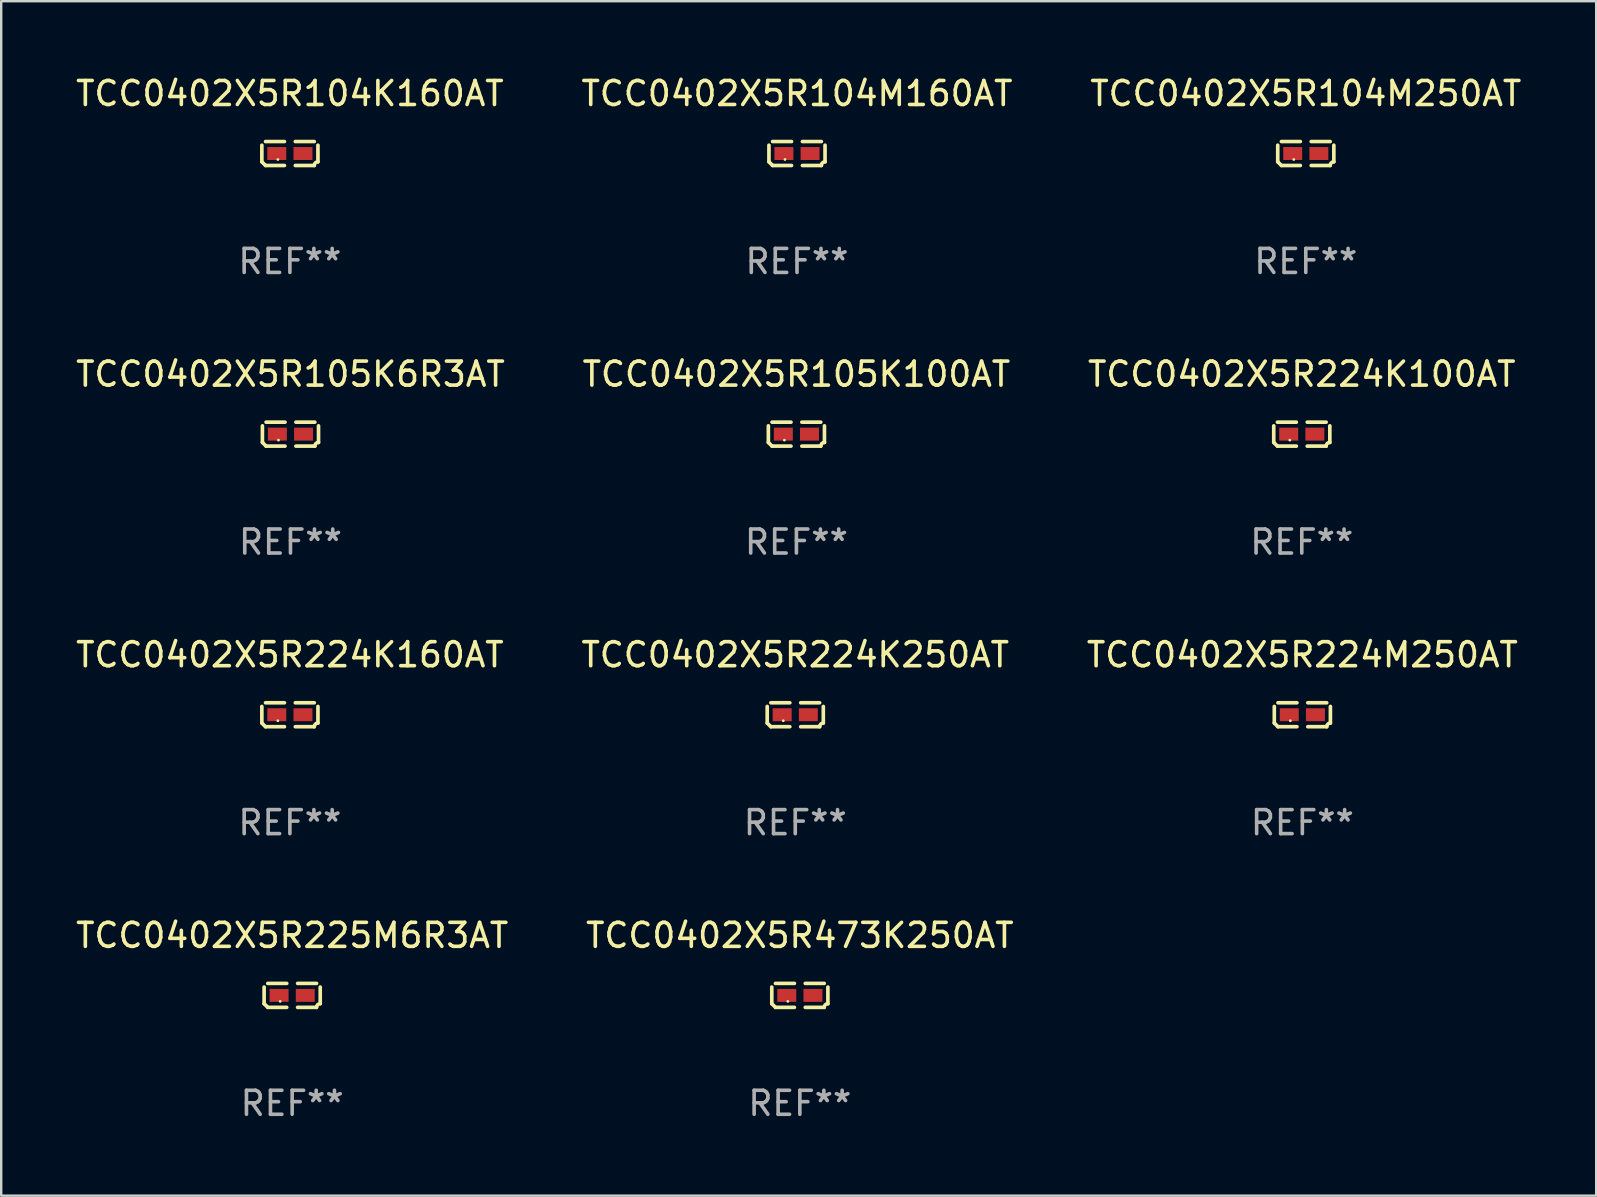
<source format=kicad_pcb>
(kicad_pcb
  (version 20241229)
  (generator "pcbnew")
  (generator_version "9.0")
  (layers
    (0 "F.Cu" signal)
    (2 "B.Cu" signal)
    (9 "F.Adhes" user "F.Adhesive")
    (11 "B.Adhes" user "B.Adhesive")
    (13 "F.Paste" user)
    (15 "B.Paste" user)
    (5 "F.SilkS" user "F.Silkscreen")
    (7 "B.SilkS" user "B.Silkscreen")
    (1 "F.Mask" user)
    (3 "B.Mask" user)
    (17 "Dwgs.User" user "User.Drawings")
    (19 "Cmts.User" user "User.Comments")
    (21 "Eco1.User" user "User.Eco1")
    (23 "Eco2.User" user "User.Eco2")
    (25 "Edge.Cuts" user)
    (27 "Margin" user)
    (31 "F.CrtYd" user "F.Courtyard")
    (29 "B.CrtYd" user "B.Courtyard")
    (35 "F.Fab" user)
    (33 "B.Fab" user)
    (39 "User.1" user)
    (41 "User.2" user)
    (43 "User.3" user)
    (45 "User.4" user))
  (footprint "TCC0402X5R224M250AT"
    (layer "F.Cu")
    (at 51.22 26.734)
    (property "Reference" "TCC0402X5R224M250AT" (at 0 -2.499 0) (layer "F.SilkS") (effects (font (size 1 1) (thickness 0.15))))
    (attr through_hole)
    (fp_line (start -1.169 0.346) (end -1.169 -0.346) (stroke (width 0.152) (type solid)) (layer "F.SilkS"))
    (fp_line (start -1.016 -0.499) (end -0.226 -0.499) (stroke (width 0.152) (type solid)) (layer "F.SilkS"))
    (fp_line (start -0.226 0.499) (end -1.016 0.499) (stroke (width 0.152) (type solid)) (layer "F.SilkS"))
    (fp_line (start 0.226 0.499) (end 1.016 0.499) (stroke (width 0.152) (type solid)) (layer "F.SilkS"))
    (fp_line (start 1.016 -0.499) (end 0.226 -0.499) (stroke (width 0.152) (type solid)) (layer "F.SilkS"))
    (fp_line (start 1.169 0.346) (end 1.169 -0.346) (stroke (width 0.152) (type solid)) (layer "F.SilkS"))
    (fp_arc (start -1.016307 0.498603) (mid -1.092512 0.422405) (end -1.16871 0.3462) (stroke (width 0.1524) (type solid)) (layer "F.SilkS"))
    (fp_arc (start 1.016307 0.498603) (mid 1.060899 0.390758) (end 1.168707 0.346076) (stroke (width 0.1524) (type solid)) (layer "F.SilkS"))
    (fp_circle (center -0.5 0.25) (end -0.47 0.25) (stroke (width 0.06) (type solid)) (fill no) (layer "F.SilkS"))
    (fp_text user "REF**" (at 0 4.499 0) (layer "F.Fab") (effects (font (size 1 1) (thickness 0.15))))
    (pad "1" smd rect (at -0.545 0) (size 0.79 0.54) (layers "F.Cu" "F.Mask" "F.Paste"))
    (pad "2" smd rect (at 0.545 0) (size 0.79 0.54) (layers "F.Cu" "F.Mask" "F.Paste")))
  (footprint "TCC0402X5R104M160AT"
    (layer "F.Cu")
    (at 30.161 3.347)
    (property "Reference" "TCC0402X5R104M160AT" (at 0 -2.499 0) (layer "F.SilkS") (effects (font (size 1 1) (thickness 0.15))))
    (attr through_hole)
    (fp_line (start -1.169 0.346) (end -1.169 -0.346) (stroke (width 0.152) (type solid)) (layer "F.SilkS"))
    (fp_line (start -1.016 -0.499) (end -0.226 -0.499) (stroke (width 0.152) (type solid)) (layer "F.SilkS"))
    (fp_line (start -0.226 0.499) (end -1.016 0.499) (stroke (width 0.152) (type solid)) (layer "F.SilkS"))
    (fp_line (start 0.226 0.499) (end 1.016 0.499) (stroke (width 0.152) (type solid)) (layer "F.SilkS"))
    (fp_line (start 1.016 -0.499) (end 0.226 -0.499) (stroke (width 0.152) (type solid)) (layer "F.SilkS"))
    (fp_line (start 1.169 0.346) (end 1.169 -0.346) (stroke (width 0.152) (type solid)) (layer "F.SilkS"))
    (fp_arc (start -1.016307 0.498603) (mid -1.092512 0.422405) (end -1.16871 0.3462) (stroke (width 0.1524) (type solid)) (layer "F.SilkS"))
    (fp_arc (start 1.016307 0.498603) (mid 1.060899 0.390758) (end 1.168707 0.346076) (stroke (width 0.1524) (type solid)) (layer "F.SilkS"))
    (fp_circle (center -0.5 0.25) (end -0.47 0.25) (stroke (width 0.06) (type solid)) (fill no) (layer "F.SilkS"))
    (fp_text user "REF**" (at 0 4.499 0) (layer "F.Fab") (effects (font (size 1 1) (thickness 0.15))))
    (pad "1" smd rect (at -0.545 0) (size 0.79 0.54) (layers "F.Cu" "F.Mask" "F.Paste"))
    (pad "2" smd rect (at 0.545 0) (size 0.79 0.54) (layers "F.Cu" "F.Mask" "F.Paste")))
  (footprint "TCC0402X5R224K100AT"
    (layer "F.Cu")
    (at 51.196 15.041)
    (property "Reference" "TCC0402X5R224K100AT" (at 0 -2.499 0) (layer "F.SilkS") (effects (font (size 1 1) (thickness 0.15))))
    (attr through_hole)
    (fp_line (start -1.169 0.346) (end -1.169 -0.346) (stroke (width 0.152) (type solid)) (layer "F.SilkS"))
    (fp_line (start -1.016 -0.499) (end -0.226 -0.499) (stroke (width 0.152) (type solid)) (layer "F.SilkS"))
    (fp_line (start -0.226 0.499) (end -1.016 0.499) (stroke (width 0.152) (type solid)) (layer "F.SilkS"))
    (fp_line (start 0.226 0.499) (end 1.016 0.499) (stroke (width 0.152) (type solid)) (layer "F.SilkS"))
    (fp_line (start 1.016 -0.499) (end 0.226 -0.499) (stroke (width 0.152) (type solid)) (layer "F.SilkS"))
    (fp_line (start 1.169 0.346) (end 1.169 -0.346) (stroke (width 0.152) (type solid)) (layer "F.SilkS"))
    (fp_arc (start -1.016307 0.498603) (mid -1.092512 0.422405) (end -1.16871 0.3462) (stroke (width 0.1524) (type solid)) (layer "F.SilkS"))
    (fp_arc (start 1.016307 0.498603) (mid 1.060899 0.390758) (end 1.168707 0.346076) (stroke (width 0.1524) (type solid)) (layer "F.SilkS"))
    (fp_circle (center -0.5 0.25) (end -0.47 0.25) (stroke (width 0.06) (type solid)) (fill no) (layer "F.SilkS"))
    (fp_text user "REF**" (at 0 4.499 0) (layer "F.Fab") (effects (font (size 1 1) (thickness 0.15))))
    (pad "1" smd rect (at -0.545 0) (size 0.79 0.54) (layers "F.Cu" "F.Mask" "F.Paste"))
    (pad "2" smd rect (at 0.545 0) (size 0.79 0.54) (layers "F.Cu" "F.Mask" "F.Paste")))
  (footprint "TCC0402X5R104K160AT"
    (layer "F.Cu")
    (at 9.03 3.347)
    (property "Reference" "TCC0402X5R104K160AT" (at 0 -2.499 0) (layer "F.SilkS") (effects (font (size 1 1) (thickness 0.15))))
    (attr through_hole)
    (fp_line (start -1.169 0.346) (end -1.169 -0.346) (stroke (width 0.152) (type solid)) (layer "F.SilkS"))
    (fp_line (start -1.016 -0.499) (end -0.226 -0.499) (stroke (width 0.152) (type solid)) (layer "F.SilkS"))
    (fp_line (start -0.226 0.499) (end -1.016 0.499) (stroke (width 0.152) (type solid)) (layer "F.SilkS"))
    (fp_line (start 0.226 0.499) (end 1.016 0.499) (stroke (width 0.152) (type solid)) (layer "F.SilkS"))
    (fp_line (start 1.016 -0.499) (end 0.226 -0.499) (stroke (width 0.152) (type solid)) (layer "F.SilkS"))
    (fp_line (start 1.169 0.346) (end 1.169 -0.346) (stroke (width 0.152) (type solid)) (layer "F.SilkS"))
    (fp_arc (start -1.016307 0.498603) (mid -1.092512 0.422405) (end -1.16871 0.3462) (stroke (width 0.1524) (type solid)) (layer "F.SilkS"))
    (fp_arc (start 1.016307 0.498603) (mid 1.060899 0.390758) (end 1.168707 0.346076) (stroke (width 0.1524) (type solid)) (layer "F.SilkS"))
    (fp_circle (center -0.5 0.25) (end -0.47 0.25) (stroke (width 0.06) (type solid)) (fill no) (layer "F.SilkS"))
    (fp_text user "REF**" (at 0 4.499 0) (layer "F.Fab") (effects (font (size 1 1) (thickness 0.15))))
    (pad "1" smd rect (at -0.545 0) (size 0.79 0.54) (layers "F.Cu" "F.Mask" "F.Paste"))
    (pad "2" smd rect (at 0.545 0) (size 0.79 0.54) (layers "F.Cu" "F.Mask" "F.Paste")))
  (footprint "TCC0402X5R105K6R3AT"
    (layer "F.Cu")
    (at 9.054 15.041)
    (property "Reference" "TCC0402X5R105K6R3AT" (at 0 -2.499 0) (layer "F.SilkS") (effects (font (size 1 1) (thickness 0.15))))
    (attr through_hole)
    (fp_line (start -1.169 0.346) (end -1.169 -0.346) (stroke (width 0.152) (type solid)) (layer "F.SilkS"))
    (fp_line (start -1.016 -0.499) (end -0.226 -0.499) (stroke (width 0.152) (type solid)) (layer "F.SilkS"))
    (fp_line (start -0.226 0.499) (end -1.016 0.499) (stroke (width 0.152) (type solid)) (layer "F.SilkS"))
    (fp_line (start 0.226 0.499) (end 1.016 0.499) (stroke (width 0.152) (type solid)) (layer "F.SilkS"))
    (fp_line (start 1.016 -0.499) (end 0.226 -0.499) (stroke (width 0.152) (type solid)) (layer "F.SilkS"))
    (fp_line (start 1.169 0.346) (end 1.169 -0.346) (stroke (width 0.152) (type solid)) (layer "F.SilkS"))
    (fp_arc (start -1.016307 0.498603) (mid -1.092512 0.422405) (end -1.16871 0.3462) (stroke (width 0.1524) (type solid)) (layer "F.SilkS"))
    (fp_arc (start 1.016307 0.498603) (mid 1.060899 0.390758) (end 1.168707 0.346076) (stroke (width 0.1524) (type solid)) (layer "F.SilkS"))
    (fp_circle (center -0.5 0.25) (end -0.47 0.25) (stroke (width 0.06) (type solid)) (fill no) (layer "F.SilkS"))
    (fp_text user "REF**" (at 0 4.499 0) (layer "F.Fab") (effects (font (size 1 1) (thickness 0.15))))
    (pad "1" smd rect (at -0.545 0) (size 0.79 0.54) (layers "F.Cu" "F.Mask" "F.Paste"))
    (pad "2" smd rect (at 0.545 0) (size 0.79 0.54) (layers "F.Cu" "F.Mask" "F.Paste")))
  (footprint "TCC0402X5R104M250AT"
    (layer "F.Cu")
    (at 51.363 3.347)
    (property "Reference" "TCC0402X5R104M250AT" (at 0 -2.499 0) (layer "F.SilkS") (effects (font (size 1 1) (thickness 0.15))))
    (attr through_hole)
    (fp_line (start -1.169 0.346) (end -1.169 -0.346) (stroke (width 0.152) (type solid)) (layer "F.SilkS"))
    (fp_line (start -1.016 -0.499) (end -0.226 -0.499) (stroke (width 0.152) (type solid)) (layer "F.SilkS"))
    (fp_line (start -0.226 0.499) (end -1.016 0.499) (stroke (width 0.152) (type solid)) (layer "F.SilkS"))
    (fp_line (start 0.226 0.499) (end 1.016 0.499) (stroke (width 0.152) (type solid)) (layer "F.SilkS"))
    (fp_line (start 1.016 -0.499) (end 0.226 -0.499) (stroke (width 0.152) (type solid)) (layer "F.SilkS"))
    (fp_line (start 1.169 0.346) (end 1.169 -0.346) (stroke (width 0.152) (type solid)) (layer "F.SilkS"))
    (fp_arc (start -1.016307 0.498603) (mid -1.092512 0.422405) (end -1.16871 0.3462) (stroke (width 0.1524) (type solid)) (layer "F.SilkS"))
    (fp_arc (start 1.016307 0.498603) (mid 1.060899 0.390758) (end 1.168707 0.346076) (stroke (width 0.1524) (type solid)) (layer "F.SilkS"))
    (fp_circle (center -0.5 0.25) (end -0.47 0.25) (stroke (width 0.06) (type solid)) (fill no) (layer "F.SilkS"))
    (fp_text user "REF**" (at 0 4.499 0) (layer "F.Fab") (effects (font (size 1 1) (thickness 0.15))))
    (pad "1" smd rect (at -0.545 0) (size 0.79 0.54) (layers "F.Cu" "F.Mask" "F.Paste"))
    (pad "2" smd rect (at 0.545 0) (size 0.79 0.54) (layers "F.Cu" "F.Mask" "F.Paste")))
  (footprint "TCC0402X5R224K160AT"
    (layer "F.Cu")
    (at 9.03 26.734)
    (property "Reference" "TCC0402X5R224K160AT" (at 0 -2.499 0) (layer "F.SilkS") (effects (font (size 1 1) (thickness 0.15))))
    (attr through_hole)
    (fp_line (start -1.169 0.346) (end -1.169 -0.346) (stroke (width 0.152) (type solid)) (layer "F.SilkS"))
    (fp_line (start -1.016 -0.499) (end -0.226 -0.499) (stroke (width 0.152) (type solid)) (layer "F.SilkS"))
    (fp_line (start -0.226 0.499) (end -1.016 0.499) (stroke (width 0.152) (type solid)) (layer "F.SilkS"))
    (fp_line (start 0.226 0.499) (end 1.016 0.499) (stroke (width 0.152) (type solid)) (layer "F.SilkS"))
    (fp_line (start 1.016 -0.499) (end 0.226 -0.499) (stroke (width 0.152) (type solid)) (layer "F.SilkS"))
    (fp_line (start 1.169 0.346) (end 1.169 -0.346) (stroke (width 0.152) (type solid)) (layer "F.SilkS"))
    (fp_arc (start -1.016307 0.498603) (mid -1.092512 0.422405) (end -1.16871 0.3462) (stroke (width 0.1524) (type solid)) (layer "F.SilkS"))
    (fp_arc (start 1.016307 0.498603) (mid 1.060899 0.390758) (end 1.168707 0.346076) (stroke (width 0.1524) (type solid)) (layer "F.SilkS"))
    (fp_circle (center -0.5 0.25) (end -0.47 0.25) (stroke (width 0.06) (type solid)) (fill no) (layer "F.SilkS"))
    (fp_text user "REF**" (at 0 4.499 0) (layer "F.Fab") (effects (font (size 1 1) (thickness 0.15))))
    (pad "1" smd rect (at -0.545 0) (size 0.79 0.54) (layers "F.Cu" "F.Mask" "F.Paste"))
    (pad "2" smd rect (at 0.545 0) (size 0.79 0.54) (layers "F.Cu" "F.Mask" "F.Paste")))
  (footprint "TCC0402X5R105K100AT"
    (layer "F.Cu")
    (at 30.137 15.041)
    (property "Reference" "TCC0402X5R105K100AT" (at 0 -2.499 0) (layer "F.SilkS") (effects (font (size 1 1) (thickness 0.15))))
    (attr through_hole)
    (fp_line (start -1.169 0.346) (end -1.169 -0.346) (stroke (width 0.152) (type solid)) (layer "F.SilkS"))
    (fp_line (start -1.016 -0.499) (end -0.226 -0.499) (stroke (width 0.152) (type solid)) (layer "F.SilkS"))
    (fp_line (start -0.226 0.499) (end -1.016 0.499) (stroke (width 0.152) (type solid)) (layer "F.SilkS"))
    (fp_line (start 0.226 0.499) (end 1.016 0.499) (stroke (width 0.152) (type solid)) (layer "F.SilkS"))
    (fp_line (start 1.016 -0.499) (end 0.226 -0.499) (stroke (width 0.152) (type solid)) (layer "F.SilkS"))
    (fp_line (start 1.169 0.346) (end 1.169 -0.346) (stroke (width 0.152) (type solid)) (layer "F.SilkS"))
    (fp_arc (start -1.016307 0.498603) (mid -1.092512 0.422405) (end -1.16871 0.3462) (stroke (width 0.1524) (type solid)) (layer "F.SilkS"))
    (fp_arc (start 1.016307 0.498603) (mid 1.060899 0.390758) (end 1.168707 0.346076) (stroke (width 0.1524) (type solid)) (layer "F.SilkS"))
    (fp_circle (center -0.5 0.25) (end -0.47 0.25) (stroke (width 0.06) (type solid)) (fill no) (layer "F.SilkS"))
    (fp_text user "REF**" (at 0 4.499 0) (layer "F.Fab") (effects (font (size 1 1) (thickness 0.15))))
    (pad "1" smd rect (at -0.545 0) (size 0.79 0.54) (layers "F.Cu" "F.Mask" "F.Paste"))
    (pad "2" smd rect (at 0.545 0) (size 0.79 0.54) (layers "F.Cu" "F.Mask" "F.Paste")))
  (footprint "TCC0402X5R225M6R3AT"
    (layer "F.Cu")
    (at 9.125 38.428)
    (property "Reference" "TCC0402X5R225M6R3AT" (at 0 -2.499 0) (layer "F.SilkS") (effects (font (size 1 1) (thickness 0.15))))
    (attr through_hole)
    (fp_line (start -1.169 0.346) (end -1.169 -0.346) (stroke (width 0.152) (type solid)) (layer "F.SilkS"))
    (fp_line (start -1.016 -0.499) (end -0.226 -0.499) (stroke (width 0.152) (type solid)) (layer "F.SilkS"))
    (fp_line (start -0.226 0.499) (end -1.016 0.499) (stroke (width 0.152) (type solid)) (layer "F.SilkS"))
    (fp_line (start 0.226 0.499) (end 1.016 0.499) (stroke (width 0.152) (type solid)) (layer "F.SilkS"))
    (fp_line (start 1.016 -0.499) (end 0.226 -0.499) (stroke (width 0.152) (type solid)) (layer "F.SilkS"))
    (fp_line (start 1.169 0.346) (end 1.169 -0.346) (stroke (width 0.152) (type solid)) (layer "F.SilkS"))
    (fp_arc (start -1.016307 0.498603) (mid -1.092512 0.422405) (end -1.16871 0.3462) (stroke (width 0.1524) (type solid)) (layer "F.SilkS"))
    (fp_arc (start 1.016307 0.498603) (mid 1.060899 0.390758) (end 1.168707 0.346076) (stroke (width 0.1524) (type solid)) (layer "F.SilkS"))
    (fp_circle (center -0.5 0.25) (end -0.47 0.25) (stroke (width 0.06) (type solid)) (fill no) (layer "F.SilkS"))
    (fp_text user "REF**" (at 0 4.499 0) (layer "F.Fab") (effects (font (size 1 1) (thickness 0.15))))
    (pad "1" smd rect (at -0.545 0) (size 0.79 0.54) (layers "F.Cu" "F.Mask" "F.Paste"))
    (pad "2" smd rect (at 0.545 0) (size 0.79 0.54) (layers "F.Cu" "F.Mask" "F.Paste")))
  (footprint "TCC0402X5R473K250AT"
    (layer "F.Cu")
    (at 30.28 38.428)
    (property "Reference" "TCC0402X5R473K250AT" (at 0 -2.499 0) (layer "F.SilkS") (effects (font (size 1 1) (thickness 0.15))))
    (attr through_hole)
    (fp_line (start -1.169 0.346) (end -1.169 -0.346) (stroke (width 0.152) (type solid)) (layer "F.SilkS"))
    (fp_line (start -1.016 -0.499) (end -0.226 -0.499) (stroke (width 0.152) (type solid)) (layer "F.SilkS"))
    (fp_line (start -0.226 0.499) (end -1.016 0.499) (stroke (width 0.152) (type solid)) (layer "F.SilkS"))
    (fp_line (start 0.226 0.499) (end 1.016 0.499) (stroke (width 0.152) (type solid)) (layer "F.SilkS"))
    (fp_line (start 1.016 -0.499) (end 0.226 -0.499) (stroke (width 0.152) (type solid)) (layer "F.SilkS"))
    (fp_line (start 1.169 0.346) (end 1.169 -0.346) (stroke (width 0.152) (type solid)) (layer "F.SilkS"))
    (fp_arc (start -1.016307 0.498603) (mid -1.092512 0.422405) (end -1.16871 0.3462) (stroke (width 0.1524) (type solid)) (layer "F.SilkS"))
    (fp_arc (start 1.016307 0.498603) (mid 1.060899 0.390758) (end 1.168707 0.346076) (stroke (width 0.1524) (type solid)) (layer "F.SilkS"))
    (fp_circle (center -0.5 0.25) (end -0.47 0.25) (stroke (width 0.06) (type solid)) (fill no) (layer "F.SilkS"))
    (fp_text user "REF**" (at 0 4.499 0) (layer "F.Fab") (effects (font (size 1 1) (thickness 0.15))))
    (pad "1" smd rect (at -0.545 0) (size 0.79 0.54) (layers "F.Cu" "F.Mask" "F.Paste"))
    (pad "2" smd rect (at 0.545 0) (size 0.79 0.54) (layers "F.Cu" "F.Mask" "F.Paste")))
  (footprint "TCC0402X5R224K250AT"
    (layer "F.Cu")
    (at 30.089 26.734)
    (property "Reference" "TCC0402X5R224K250AT" (at 0 -2.499 0) (layer "F.SilkS") (effects (font (size 1 1) (thickness 0.15))))
    (attr through_hole)
    (fp_line (start -1.169 0.346) (end -1.169 -0.346) (stroke (width 0.152) (type solid)) (layer "F.SilkS"))
    (fp_line (start -1.016 -0.499) (end -0.226 -0.499) (stroke (width 0.152) (type solid)) (layer "F.SilkS"))
    (fp_line (start -0.226 0.499) (end -1.016 0.499) (stroke (width 0.152) (type solid)) (layer "F.SilkS"))
    (fp_line (start 0.226 0.499) (end 1.016 0.499) (stroke (width 0.152) (type solid)) (layer "F.SilkS"))
    (fp_line (start 1.016 -0.499) (end 0.226 -0.499) (stroke (width 0.152) (type solid)) (layer "F.SilkS"))
    (fp_line (start 1.169 0.346) (end 1.169 -0.346) (stroke (width 0.152) (type solid)) (layer "F.SilkS"))
    (fp_arc (start -1.016307 0.498603) (mid -1.092512 0.422405) (end -1.16871 0.3462) (stroke (width 0.1524) (type solid)) (layer "F.SilkS"))
    (fp_arc (start 1.016307 0.498603) (mid 1.060899 0.390758) (end 1.168707 0.346076) (stroke (width 0.1524) (type solid)) (layer "F.SilkS"))
    (fp_circle (center -0.5 0.25) (end -0.47 0.25) (stroke (width 0.06) (type solid)) (fill no) (layer "F.SilkS"))
    (fp_text user "REF**" (at 0 4.499 0) (layer "F.Fab") (effects (font (size 1 1) (thickness 0.15))))
    (pad "1" smd rect (at -0.545 0) (size 0.79 0.54) (layers "F.Cu" "F.Mask" "F.Paste"))
    (pad "2" smd rect (at 0.545 0) (size 0.79 0.54) (layers "F.Cu" "F.Mask" "F.Paste")))
  (gr_rect
    (start -3 -3)
    (end 63.464 46.775)
    (stroke (width 0.1) (type default))
    (fill no)
    (layer "Edge.Cuts")))
</source>
